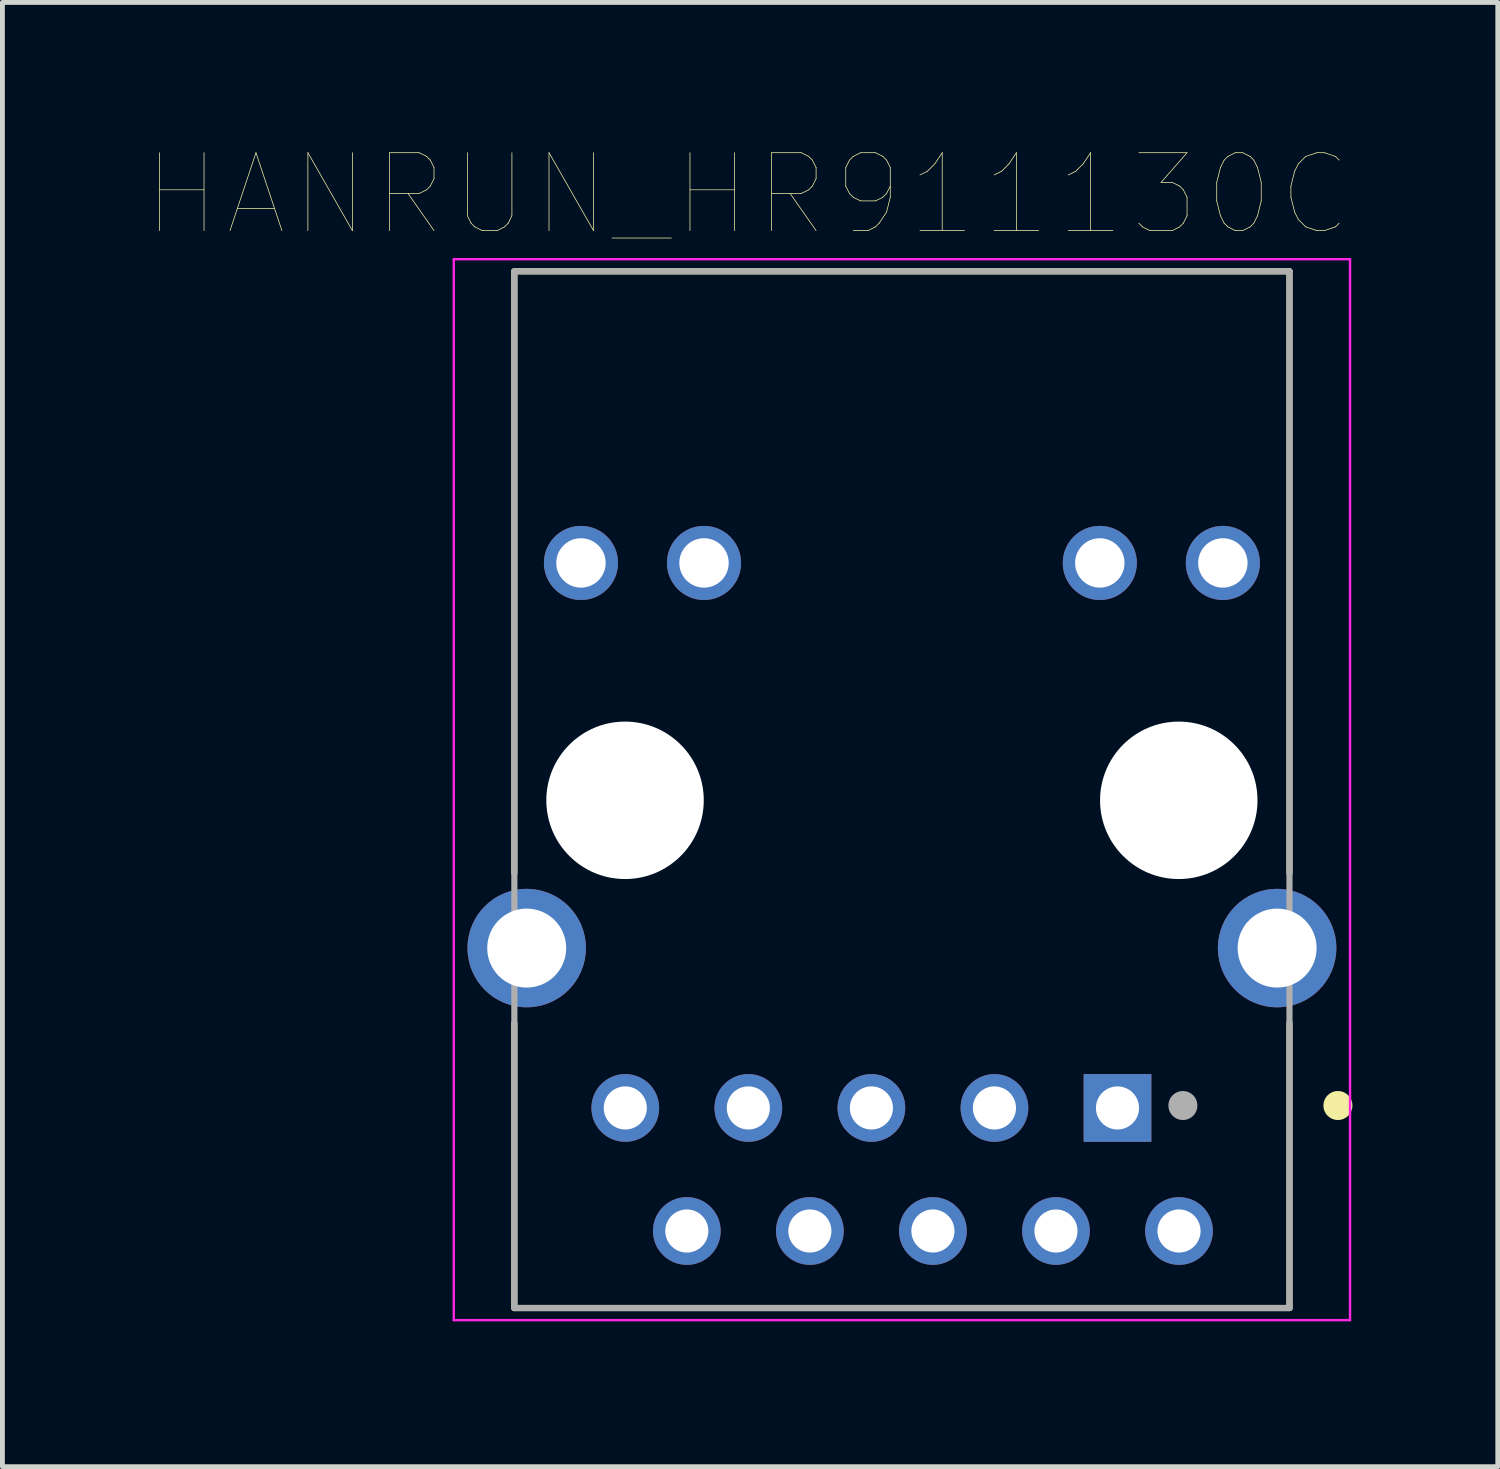
<source format=kicad_pcb>
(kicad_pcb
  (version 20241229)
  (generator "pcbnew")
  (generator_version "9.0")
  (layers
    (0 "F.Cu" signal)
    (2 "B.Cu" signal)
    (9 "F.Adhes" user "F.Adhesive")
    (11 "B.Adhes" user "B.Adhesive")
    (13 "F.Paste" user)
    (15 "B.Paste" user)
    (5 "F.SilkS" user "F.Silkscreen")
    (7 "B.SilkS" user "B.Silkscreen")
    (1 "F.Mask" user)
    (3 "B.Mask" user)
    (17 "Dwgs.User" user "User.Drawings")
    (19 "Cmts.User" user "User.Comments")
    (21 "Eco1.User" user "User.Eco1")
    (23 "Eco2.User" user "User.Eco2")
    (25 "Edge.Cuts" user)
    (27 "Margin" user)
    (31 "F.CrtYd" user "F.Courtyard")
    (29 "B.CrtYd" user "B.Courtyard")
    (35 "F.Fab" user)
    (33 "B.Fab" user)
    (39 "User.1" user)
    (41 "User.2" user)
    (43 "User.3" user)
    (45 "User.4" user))
  (footprint "HANRUN_HR911130C"
    (layer "F.Cu")
    (at 15.567 13.47)
    (property "Reference" "HANRUN_HR911130C" (at -3.188 -12.503 0) (layer "F.SilkS") (effects (font (size 1.608 1.608) (thickness 0.015))))
    (attr through_hole)
    (fp_line (start -8 -10.92) (end -8 1.5) (stroke (width 0.127) (type solid)) (layer "F.SilkS"))
    (fp_line (start -8 4.6) (end -8 10.48) (stroke (width 0.127) (type solid)) (layer "F.SilkS"))
    (fp_line (start 8 -10.92) (end -8 -10.92) (stroke (width 0.127) (type solid)) (layer "F.SilkS"))
    (fp_line (start 8 -10.92) (end 8 1.5) (stroke (width 0.127) (type solid)) (layer "F.SilkS"))
    (fp_line (start 8 4.6) (end 8 10.48) (stroke (width 0.127) (type solid)) (layer "F.SilkS"))
    (fp_line (start 8 10.48) (end -8 10.48) (stroke (width 0.127) (type solid)) (layer "F.SilkS"))
    (fp_circle (center 9 6.3) (end 9.15 6.3) (stroke (width 0.3) (type solid)) (fill no) (layer "F.SilkS"))
    (fp_line (start -9.25 -11.17) (end -9.25 10.73) (stroke (width 0.05) (type solid)) (layer "F.CrtYd"))
    (fp_line (start -9.25 10.73) (end 9.25 10.73) (stroke (width 0.05) (type solid)) (layer "F.CrtYd"))
    (fp_line (start 9.25 -11.17) (end -9.25 -11.17) (stroke (width 0.05) (type solid)) (layer "F.CrtYd"))
    (fp_line (start 9.25 10.73) (end 9.25 -11.17) (stroke (width 0.05) (type solid)) (layer "F.CrtYd"))
    (fp_line (start -8 -10.92) (end -8 10.48) (stroke (width 0.127) (type solid)) (layer "F.Fab"))
    (fp_line (start -8 10.48) (end 8 10.48) (stroke (width 0.127) (type solid)) (layer "F.Fab"))
    (fp_line (start 8 -10.92) (end -8 -10.92) (stroke (width 0.127) (type solid)) (layer "F.Fab"))
    (fp_line (start 8 10.48) (end 8 -10.92) (stroke (width 0.127) (type solid)) (layer "F.Fab"))
    (fp_circle (center 5.8 6.3) (end 5.95 6.3) (stroke (width 0.3) (type solid)) (fill no) (layer "F.Fab"))
    (pad "" np_thru_hole circle (at -5.715 0) (size 3.25 3.25) (drill 3.25) (layers "*.Cu" "*.Mask"))
    (pad "" np_thru_hole circle (at 5.715 0) (size 3.25 3.25) (drill 3.25) (layers "*.Cu" "*.Mask"))
    (pad "1" thru_hole circle (at 5.72 8.89) (size 1.398 1.398) (drill 0.89) (layers "*.Cu" "*.Mask"))
    (pad "2" thru_hole rect (at 4.45 6.35) (size 1.398 1.398) (drill 0.89) (layers "*.Cu" "*.Mask"))
    (pad "3" thru_hole circle (at 3.18 8.89) (size 1.398 1.398) (drill 0.89) (layers "*.Cu" "*.Mask"))
    (pad "4" thru_hole circle (at 1.91 6.35) (size 1.398 1.398) (drill 0.89) (layers "*.Cu" "*.Mask"))
    (pad "5" thru_hole circle (at 0.64 8.89) (size 1.398 1.398) (drill 0.89) (layers "*.Cu" "*.Mask"))
    (pad "6" thru_hole circle (at -0.63 6.35) (size 1.398 1.398) (drill 0.89) (layers "*.Cu" "*.Mask"))
    (pad "7" thru_hole circle (at -1.9 8.89) (size 1.398 1.398) (drill 0.89) (layers "*.Cu" "*.Mask"))
    (pad "8" thru_hole circle (at -3.17 6.35) (size 1.398 1.398) (drill 0.89) (layers "*.Cu" "*.Mask"))
    (pad "9" thru_hole circle (at -4.44 8.89) (size 1.398 1.398) (drill 0.89) (layers "*.Cu" "*.Mask"))
    (pad "10" thru_hole circle (at -5.71 6.35) (size 1.398 1.398) (drill 0.89) (layers "*.Cu" "*.Mask"))
    (pad "11" thru_hole circle (at 6.625 -4.9) (size 1.53 1.53) (drill 1.02) (layers "*.Cu" "*.Mask"))
    (pad "12" thru_hole circle (at 4.085 -4.9) (size 1.53 1.53) (drill 1.02) (layers "*.Cu" "*.Mask"))
    (pad "13" thru_hole circle (at -4.085 -4.9) (size 1.53 1.53) (drill 1.02) (layers "*.Cu" "*.Mask"))
    (pad "14" thru_hole circle (at -6.625 -4.9) (size 1.53 1.53) (drill 1.02) (layers "*.Cu" "*.Mask"))
    (pad "15" thru_hole circle (at 7.745 3.05) (size 2.445 2.445) (drill 1.63) (layers "*.Cu" "*.Mask"))
    (pad "16" thru_hole circle (at -7.745 3.05) (size 2.445 2.445) (drill 1.63) (layers "*.Cu" "*.Mask")))
  (gr_rect
    (start -3 -3)
    (end 27.867 27.225)
    (stroke (width 0.1) (type default))
    (fill no)
    (layer "Edge.Cuts")))
</source>
